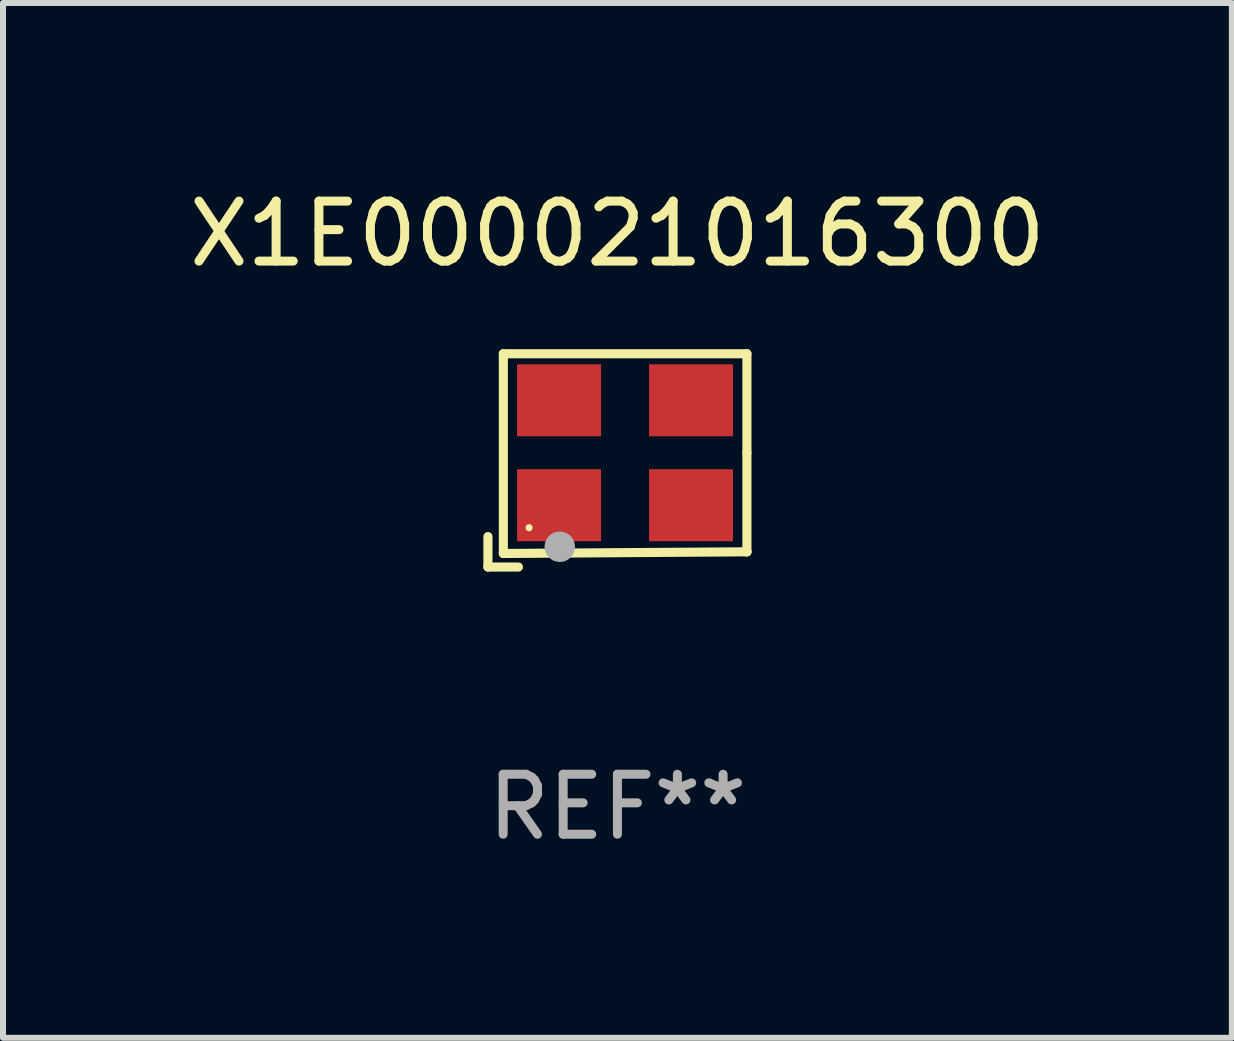
<source format=kicad_pcb>
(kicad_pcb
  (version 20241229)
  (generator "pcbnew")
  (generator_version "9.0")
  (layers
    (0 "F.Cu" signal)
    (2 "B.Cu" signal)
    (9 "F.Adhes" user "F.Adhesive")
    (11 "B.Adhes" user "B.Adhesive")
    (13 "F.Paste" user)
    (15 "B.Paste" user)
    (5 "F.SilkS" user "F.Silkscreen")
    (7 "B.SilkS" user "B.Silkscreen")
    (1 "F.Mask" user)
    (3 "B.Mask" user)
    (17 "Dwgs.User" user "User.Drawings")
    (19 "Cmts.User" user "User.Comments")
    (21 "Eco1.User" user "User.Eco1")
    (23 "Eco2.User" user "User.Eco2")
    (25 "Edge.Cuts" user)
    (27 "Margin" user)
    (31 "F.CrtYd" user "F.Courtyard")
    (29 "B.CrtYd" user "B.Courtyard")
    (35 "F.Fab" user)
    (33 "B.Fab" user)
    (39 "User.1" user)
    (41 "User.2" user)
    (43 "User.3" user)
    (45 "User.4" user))
  (footprint "X1E000021016300"
    (layer "F.Cu")
    (at 7.244 4.626)
    (property "Reference" "X1E000021016300" (at 0 -3.778 0) (layer "F.SilkS") (effects (font (size 1 1) (thickness 0.15))))
    (attr through_hole)
    (fp_line (start -2.159 1.27) (end -2.159 1.778) (stroke (width 0.152) (type solid)) (layer "F.SilkS"))
    (fp_line (start -2.159 1.778) (end -1.651 1.778) (stroke (width 0.152) (type solid)) (layer "F.SilkS"))
    (fp_line (start -1.902 -1.778) (end 2.159 -1.778) (stroke (width 0.152) (type solid)) (layer "F.SilkS"))
    (fp_line (start -1.902 1.552) (end -1.902 -1.778) (stroke (width 0.152) (type solid)) (layer "F.SilkS"))
    (fp_line (start 2.159 -1.778) (end 2.159 -0.127) (stroke (width 0.152) (type solid)) (layer "F.SilkS"))
    (fp_line (start 2.159 -0.127) (end 2.159 1.524) (stroke (width 0.152) (type solid)) (layer "F.SilkS"))
    (fp_line (start 2.159 1.524) (end -1.902 1.552) (stroke (width 0.152) (type solid)) (layer "F.SilkS"))
    (fp_line (start 2.159 1.524) (end 2.159 1.524) (stroke (width 0.152) (type solid)) (layer "F.SilkS"))
    (fp_circle (center -1.473 1.123) (end -1.443 1.123) (stroke (width 0.06) (type solid)) (fill no) (layer "F.SilkS"))
    (fp_circle (center -0.961 1.44) (end -0.834 1.44) (stroke (width 0.254) (type solid)) (fill no) (layer "F.Fab"))
    (fp_text user "REF**" (at 0 5.778 0) (layer "F.Fab") (effects (font (size 1 1) (thickness 0.15))))
    (pad "1" smd rect (at -0.973 0.748) (size 1.4 1.2) (layers "F.Cu" "F.Mask" "F.Paste"))
    (pad "2" smd rect (at 1.227 0.748) (size 1.4 1.2) (layers "F.Cu" "F.Mask" "F.Paste"))
    (pad "3" smd rect (at 1.227 -1.002) (size 1.4 1.2) (layers "F.Cu" "F.Mask" "F.Paste"))
    (pad "4" smd rect (at -0.973 -1.002) (size 1.4 1.2) (layers "F.Cu" "F.Mask" "F.Paste")))
  (gr_rect
    (start -3 -3)
    (end 17.488 14.253)
    (stroke (width 0.1) (type default))
    (fill no)
    (layer "Edge.Cuts")))
</source>
